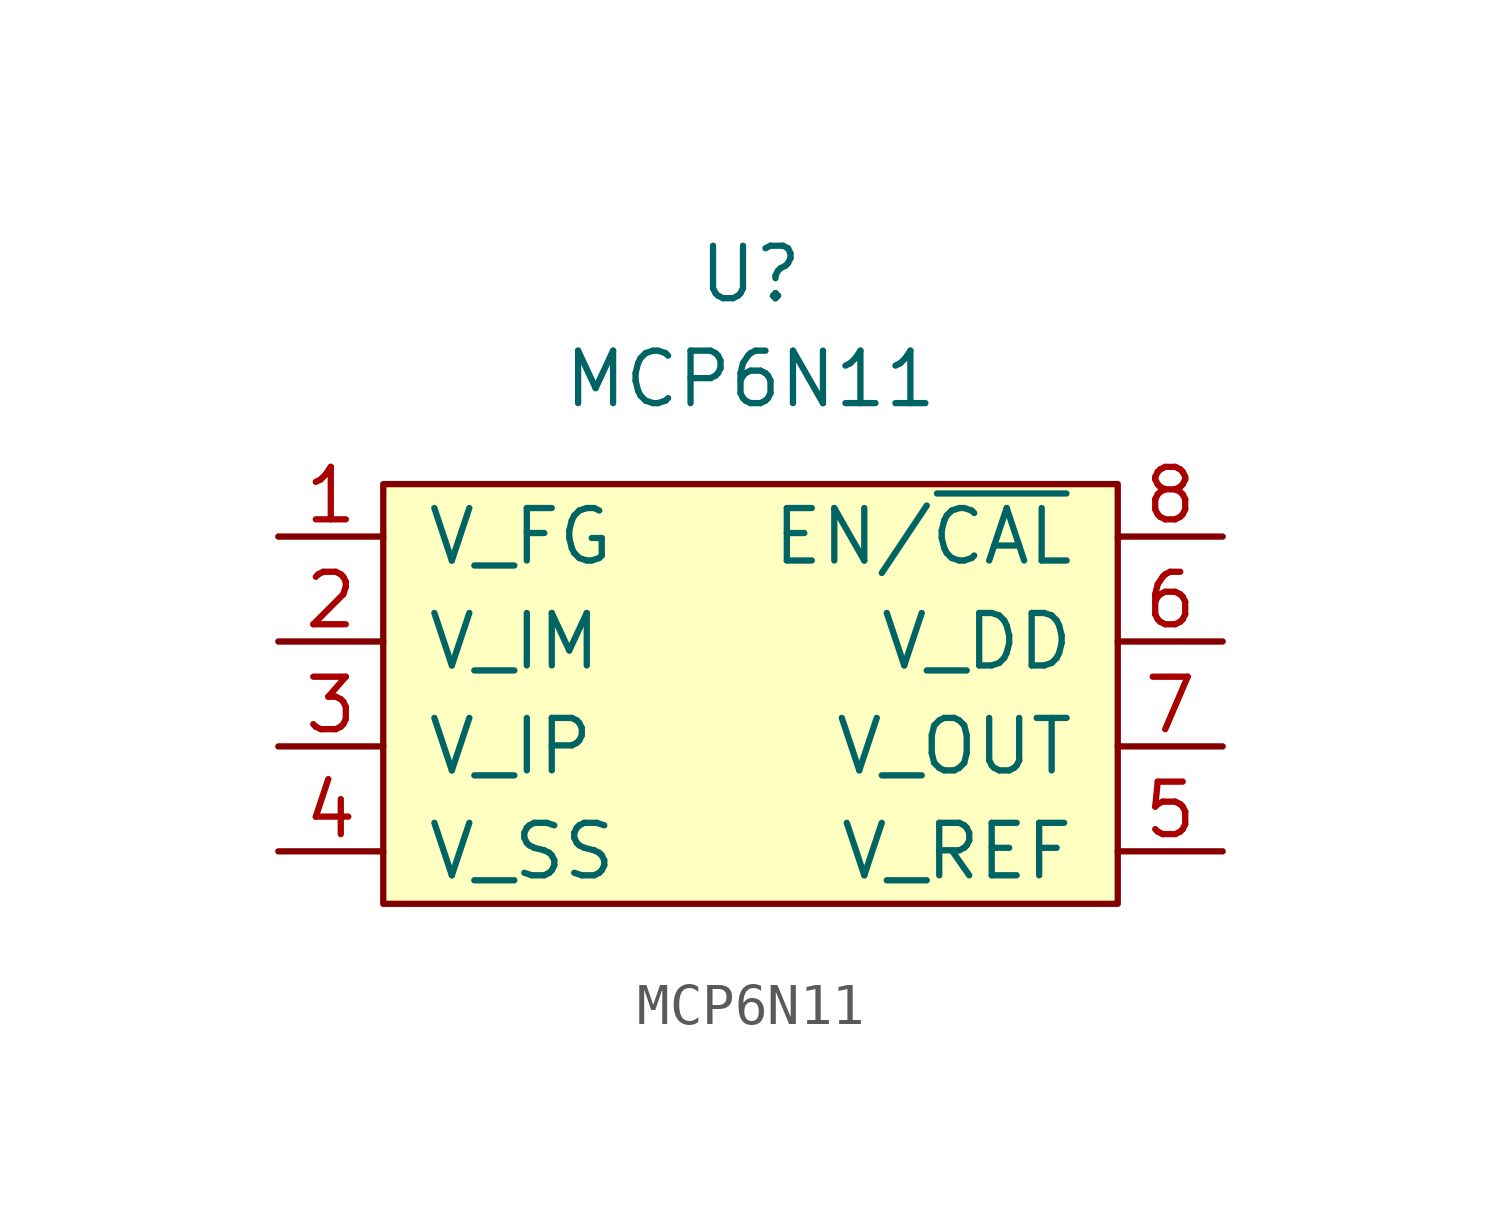
<source format=kicad_sym>
(kicad_symbol_lib
  (version 20211014)
  (generator kicad_symbol_editor)
  (symbol "MCP6N11"
    (pin_names
      (offset 1.016))
    (property "Reference" "U"
      (at 0 10.16 0)
      (effects (font (size 1.27 1.27))))
    (property "Value" "MCP6N11"
      (at 0 7.62 0)
      (effects (font (size 1.27 1.27))))
    (symbol "MCP6N11_0_1"
      (rectangle (start -8.89 5.08) (end 8.89 -5.08) (stroke (width 0) (type default) (color 0 0 0 0)) (fill (type background))))
    (symbol "MCP6N11_1_1"
      (pin input line (at -11.43 3.81 0) (length 2.54) (name "V_FG" (effects (font (size 1.27 1.27)))) (number "1" (effects (font (size 1.27 1.27)))))
      (pin input line (at -11.43 1.27 0) (length 2.54) (name "V_IM" (effects (font (size 1.27 1.27)))) (number "2" (effects (font (size 1.27 1.27)))))
      (pin input line (at -11.43 -1.27 0) (length 2.54) (name "V_IP" (effects (font (size 1.27 1.27)))) (number "3" (effects (font (size 1.27 1.27)))))
      (pin power_in line (at -11.43 -3.81 0) (length 2.54) (name "V_SS" (effects (font (size 1.27 1.27)))) (number "4" (effects (font (size 1.27 1.27)))))
      (pin input line (at 11.43 -3.81 180) (length 2.54) (name "V_REF" (effects (font (size 1.27 1.27)))) (number "5" (effects (font (size 1.27 1.27)))))
      (pin power_in line (at 11.43 1.27 180) (length 2.54) (name "V_DD" (effects (font (size 1.27 1.27)))) (number "6" (effects (font (size 1.27 1.27)))))
      (pin output line (at 11.43 -1.27 180) (length 2.54) (name "V_OUT" (effects (font (size 1.27 1.27)))) (number "7" (effects (font (size 1.27 1.27)))))
      (pin input line (at 11.43 3.81 180) (length 2.54) (name "EN/~{CAL}" (effects (font (size 1.27 1.27)))) (number "8" (effects (font (size 1.27 1.27))))))))
</source>
